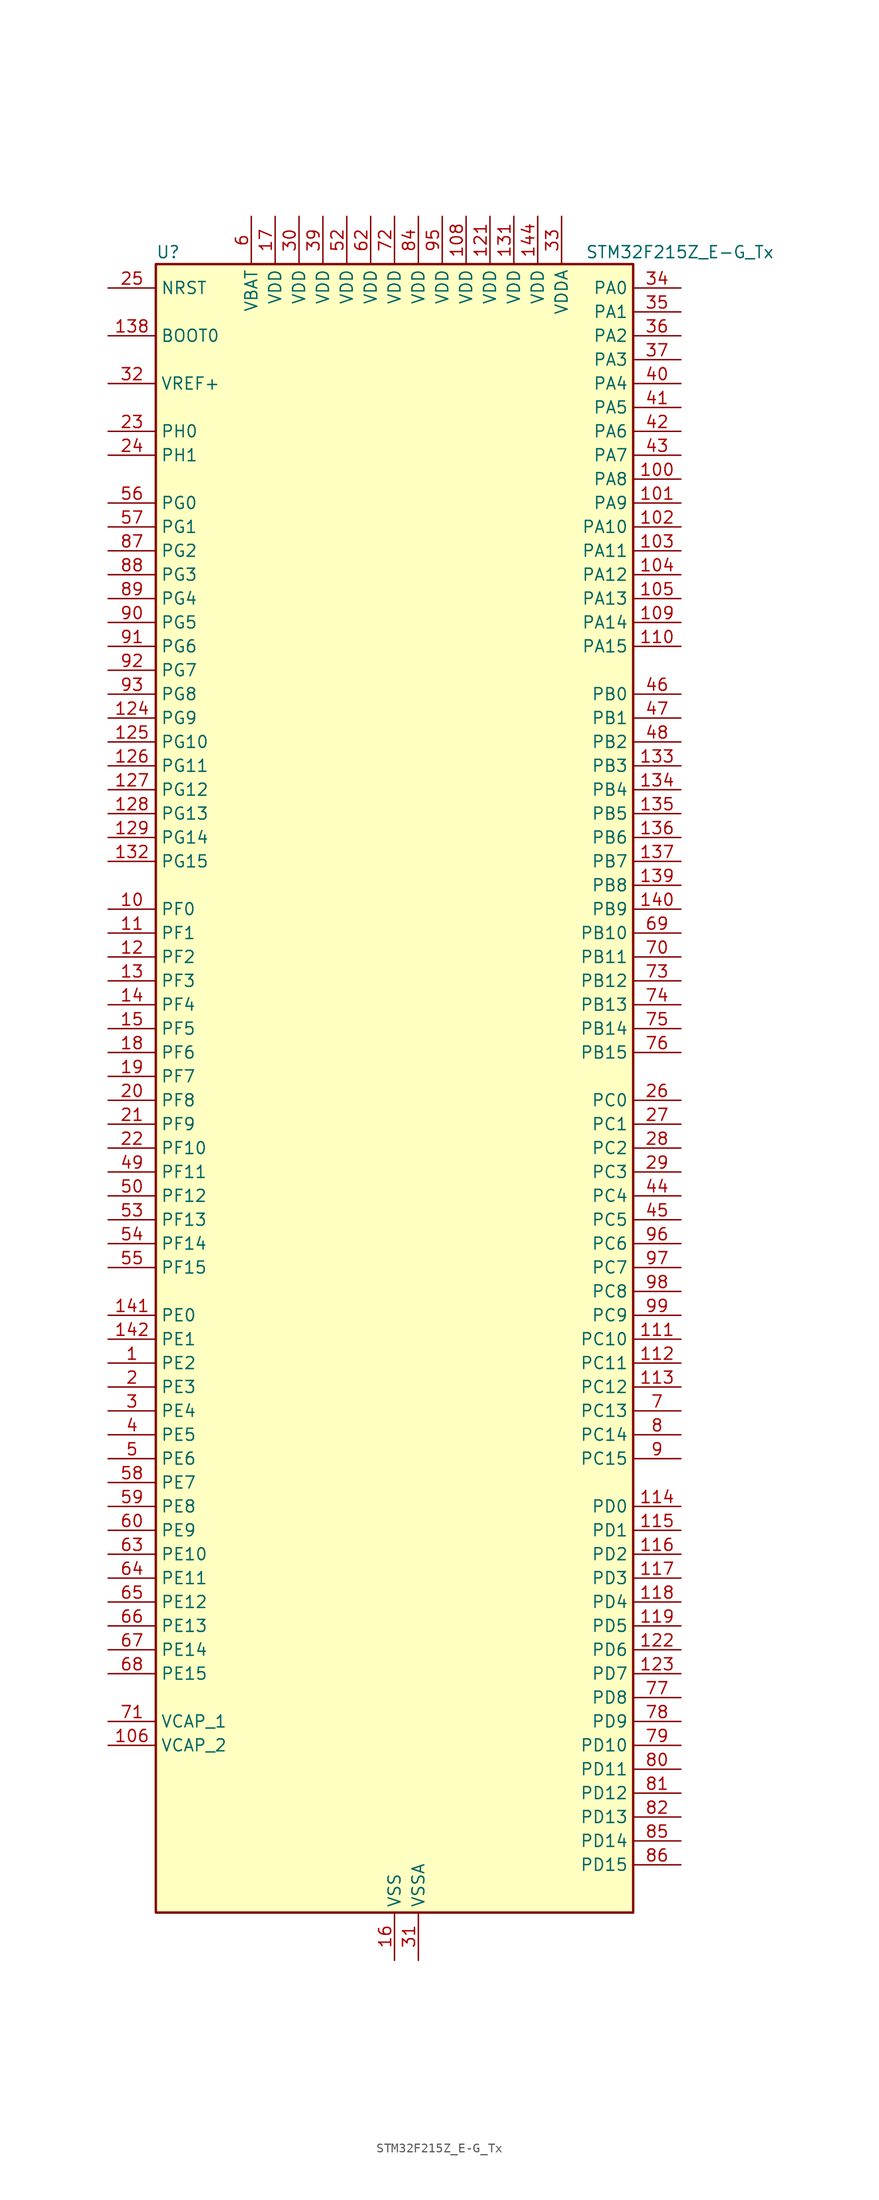
<source format=kicad_sym>
(kicad_symbol_lib
  (version 20220914)
  (generator kicad_symbol_editor)
  (symbol "STM32F215Z_E-G_Tx"
    (property "Reference" "U"
      (at -25.4 90.17 0)
      (effects (font (size 1.27 1.27)) (justify left)))
    (property "Value" "STM32F215Z_E-G_Tx"
      (at 20.32 90.17 0)
      (effects (font (size 1.27 1.27)) (justify left)))
    (property "ki_locked" ""
      (at 0 0 0)
      (effects (font (size 1.27 1.27))))
    (symbol "STM32F215Z_E-G_Tx_0_1"
      (rectangle (start -25.4 -86.36) (end 25.4 88.9) (stroke (width 0.254) (type default)) (fill (type background))))
    (symbol "STM32F215Z_E-G_Tx_1_1"
      (pin bidirectional line (at -30.48 -27.94 0) (length 5.08) (name "PE2" (effects (font (size 1.27 1.27)))) (number "1" (effects (font (size 1.27 1.27)))) (alternate "FSMC_A23" bidirectional line) (alternate "SYS_TRACECLK" bidirectional line))
      (pin bidirectional line (at -30.48 20.32 0) (length 5.08) (name "PF0" (effects (font (size 1.27 1.27)))) (number "10" (effects (font (size 1.27 1.27)))) (alternate "FSMC_A0" bidirectional line) (alternate "I2C2_SDA" bidirectional line))
      (pin bidirectional line (at 30.48 66.04 180) (length 5.08) (name "PA8" (effects (font (size 1.27 1.27)))) (number "100" (effects (font (size 1.27 1.27)))) (alternate "I2C3_SCL" bidirectional line) (alternate "RCC_MCO_1" bidirectional line) (alternate "TIM1_CH1" bidirectional line) (alternate "USART1_CK" bidirectional line) (alternate "USB_OTG_FS_SOF" bidirectional line))
      (pin bidirectional line (at 30.48 63.5 180) (length 5.08) (name "PA9" (effects (font (size 1.27 1.27)))) (number "101" (effects (font (size 1.27 1.27)))) (alternate "DAC_EXTI9" bidirectional line) (alternate "I2C3_SMBA" bidirectional line) (alternate "TIM1_CH2" bidirectional line) (alternate "USART1_TX" bidirectional line) (alternate "USB_OTG_FS_VBUS" bidirectional line))
      (pin bidirectional line (at 30.48 60.96 180) (length 5.08) (name "PA10" (effects (font (size 1.27 1.27)))) (number "102" (effects (font (size 1.27 1.27)))) (alternate "TIM1_CH3" bidirectional line) (alternate "USART1_RX" bidirectional line) (alternate "USB_OTG_FS_ID" bidirectional line))
      (pin bidirectional line (at 30.48 58.42 180) (length 5.08) (name "PA11" (effects (font (size 1.27 1.27)))) (number "103" (effects (font (size 1.27 1.27)))) (alternate "ADC1_EXTI11" bidirectional line) (alternate "ADC2_EXTI11" bidirectional line) (alternate "ADC3_EXTI11" bidirectional line) (alternate "CAN1_RX" bidirectional line) (alternate "TIM1_CH4" bidirectional line) (alternate "USART1_CTS" bidirectional line) (alternate "USB_OTG_FS_DM" bidirectional line))
      (pin bidirectional line (at 30.48 55.88 180) (length 5.08) (name "PA12" (effects (font (size 1.27 1.27)))) (number "104" (effects (font (size 1.27 1.27)))) (alternate "CAN1_TX" bidirectional line) (alternate "TIM1_ETR" bidirectional line) (alternate "USART1_RTS" bidirectional line) (alternate "USB_OTG_FS_DP" bidirectional line))
      (pin bidirectional line (at 30.48 53.34 180) (length 5.08) (name "PA13" (effects (font (size 1.27 1.27)))) (number "105" (effects (font (size 1.27 1.27)))) (alternate "SYS_JTMS-SWDIO" bidirectional line))
      (pin power_out line (at -30.48 -68.58 0) (length 5.08) (name "VCAP_2" (effects (font (size 1.27 1.27)))) (number "106" (effects (font (size 1.27 1.27)))))
      (pin passive line (at 0 -91.44 90) (length 5.08) hide (name "VSS" (effects (font (size 1.27 1.27)))) (number "107" (effects (font (size 1.27 1.27)))))
      (pin power_in line (at 7.62 93.98 270) (length 5.08) (name "VDD" (effects (font (size 1.27 1.27)))) (number "108" (effects (font (size 1.27 1.27)))))
      (pin bidirectional line (at 30.48 50.8 180) (length 5.08) (name "PA14" (effects (font (size 1.27 1.27)))) (number "109" (effects (font (size 1.27 1.27)))) (alternate "SYS_JTCK-SWCLK" bidirectional line))
      (pin bidirectional line (at -30.48 17.78 0) (length 5.08) (name "PF1" (effects (font (size 1.27 1.27)))) (number "11" (effects (font (size 1.27 1.27)))) (alternate "FSMC_A1" bidirectional line) (alternate "I2C2_SCL" bidirectional line))
      (pin bidirectional line (at 30.48 48.26 180) (length 5.08) (name "PA15" (effects (font (size 1.27 1.27)))) (number "110" (effects (font (size 1.27 1.27)))) (alternate "ADC1_EXTI15" bidirectional line) (alternate "ADC2_EXTI15" bidirectional line) (alternate "ADC3_EXTI15" bidirectional line) (alternate "I2S3_WS" bidirectional line) (alternate "SPI1_NSS" bidirectional line) (alternate "SPI3_NSS" bidirectional line) (alternate "SYS_JTDI" bidirectional line) (alternate "TIM2_CH1" bidirectional line) (alternate "TIM2_ETR" bidirectional line))
      (pin bidirectional line (at 30.48 -25.4 180) (length 5.08) (name "PC10" (effects (font (size 1.27 1.27)))) (number "111" (effects (font (size 1.27 1.27)))) (alternate "I2S3_SCK" bidirectional line) (alternate "SDIO_D2" bidirectional line) (alternate "SPI3_SCK" bidirectional line) (alternate "UART4_TX" bidirectional line) (alternate "USART3_TX" bidirectional line))
      (pin bidirectional line (at 30.48 -27.94 180) (length 5.08) (name "PC11" (effects (font (size 1.27 1.27)))) (number "112" (effects (font (size 1.27 1.27)))) (alternate "ADC1_EXTI11" bidirectional line) (alternate "ADC2_EXTI11" bidirectional line) (alternate "ADC3_EXTI11" bidirectional line) (alternate "SDIO_D3" bidirectional line) (alternate "SPI3_MISO" bidirectional line) (alternate "UART4_RX" bidirectional line) (alternate "USART3_RX" bidirectional line))
      (pin bidirectional line (at 30.48 -30.48 180) (length 5.08) (name "PC12" (effects (font (size 1.27 1.27)))) (number "113" (effects (font (size 1.27 1.27)))) (alternate "I2S3_SD" bidirectional line) (alternate "SDIO_CK" bidirectional line) (alternate "SPI3_MOSI" bidirectional line) (alternate "UART5_TX" bidirectional line) (alternate "USART3_CK" bidirectional line))
      (pin bidirectional line (at 30.48 -43.18 180) (length 5.08) (name "PD0" (effects (font (size 1.27 1.27)))) (number "114" (effects (font (size 1.27 1.27)))) (alternate "CAN1_RX" bidirectional line) (alternate "FSMC_D2" bidirectional line) (alternate "FSMC_DA2" bidirectional line))
      (pin bidirectional line (at 30.48 -45.72 180) (length 5.08) (name "PD1" (effects (font (size 1.27 1.27)))) (number "115" (effects (font (size 1.27 1.27)))) (alternate "CAN1_TX" bidirectional line) (alternate "FSMC_D3" bidirectional line) (alternate "FSMC_DA3" bidirectional line))
      (pin bidirectional line (at 30.48 -48.26 180) (length 5.08) (name "PD2" (effects (font (size 1.27 1.27)))) (number "116" (effects (font (size 1.27 1.27)))) (alternate "SDIO_CMD" bidirectional line) (alternate "TIM3_ETR" bidirectional line) (alternate "UART5_RX" bidirectional line))
      (pin bidirectional line (at 30.48 -50.8 180) (length 5.08) (name "PD3" (effects (font (size 1.27 1.27)))) (number "117" (effects (font (size 1.27 1.27)))) (alternate "FSMC_CLK" bidirectional line) (alternate "USART2_CTS" bidirectional line))
      (pin bidirectional line (at 30.48 -53.34 180) (length 5.08) (name "PD4" (effects (font (size 1.27 1.27)))) (number "118" (effects (font (size 1.27 1.27)))) (alternate "FSMC_NOE" bidirectional line) (alternate "USART2_RTS" bidirectional line))
      (pin bidirectional line (at 30.48 -55.88 180) (length 5.08) (name "PD5" (effects (font (size 1.27 1.27)))) (number "119" (effects (font (size 1.27 1.27)))) (alternate "FSMC_NWE" bidirectional line) (alternate "USART2_TX" bidirectional line))
      (pin bidirectional line (at -30.48 15.24 0) (length 5.08) (name "PF2" (effects (font (size 1.27 1.27)))) (number "12" (effects (font (size 1.27 1.27)))) (alternate "FSMC_A2" bidirectional line) (alternate "I2C2_SMBA" bidirectional line))
      (pin passive line (at 0 -91.44 90) (length 5.08) hide (name "VSS" (effects (font (size 1.27 1.27)))) (number "120" (effects (font (size 1.27 1.27)))))
      (pin power_in line (at 10.16 93.98 270) (length 5.08) (name "VDD" (effects (font (size 1.27 1.27)))) (number "121" (effects (font (size 1.27 1.27)))))
      (pin bidirectional line (at 30.48 -58.42 180) (length 5.08) (name "PD6" (effects (font (size 1.27 1.27)))) (number "122" (effects (font (size 1.27 1.27)))) (alternate "FSMC_NWAIT" bidirectional line) (alternate "USART2_RX" bidirectional line))
      (pin bidirectional line (at 30.48 -60.96 180) (length 5.08) (name "PD7" (effects (font (size 1.27 1.27)))) (number "123" (effects (font (size 1.27 1.27)))) (alternate "FSMC_NCE2" bidirectional line) (alternate "FSMC_NE1" bidirectional line) (alternate "USART2_CK" bidirectional line))
      (pin bidirectional line (at -30.48 40.64 0) (length 5.08) (name "PG9" (effects (font (size 1.27 1.27)))) (number "124" (effects (font (size 1.27 1.27)))) (alternate "DAC_EXTI9" bidirectional line) (alternate "FSMC_NCE3" bidirectional line) (alternate "FSMC_NE2" bidirectional line) (alternate "USART6_RX" bidirectional line))
      (pin bidirectional line (at -30.48 38.1 0) (length 5.08) (name "PG10" (effects (font (size 1.27 1.27)))) (number "125" (effects (font (size 1.27 1.27)))) (alternate "FSMC_NCE4_1" bidirectional line) (alternate "FSMC_NE3" bidirectional line))
      (pin bidirectional line (at -30.48 35.56 0) (length 5.08) (name "PG11" (effects (font (size 1.27 1.27)))) (number "126" (effects (font (size 1.27 1.27)))) (alternate "ADC1_EXTI11" bidirectional line) (alternate "ADC2_EXTI11" bidirectional line) (alternate "ADC3_EXTI11" bidirectional line) (alternate "FSMC_NCE4_2" bidirectional line))
      (pin bidirectional line (at -30.48 33.02 0) (length 5.08) (name "PG12" (effects (font (size 1.27 1.27)))) (number "127" (effects (font (size 1.27 1.27)))) (alternate "FSMC_NE4" bidirectional line) (alternate "USART6_RTS" bidirectional line))
      (pin bidirectional line (at -30.48 30.48 0) (length 5.08) (name "PG13" (effects (font (size 1.27 1.27)))) (number "128" (effects (font (size 1.27 1.27)))) (alternate "FSMC_A24" bidirectional line) (alternate "USART6_CTS" bidirectional line))
      (pin bidirectional line (at -30.48 27.94 0) (length 5.08) (name "PG14" (effects (font (size 1.27 1.27)))) (number "129" (effects (font (size 1.27 1.27)))) (alternate "FSMC_A25" bidirectional line) (alternate "USART6_TX" bidirectional line))
      (pin bidirectional line (at -30.48 12.7 0) (length 5.08) (name "PF3" (effects (font (size 1.27 1.27)))) (number "13" (effects (font (size 1.27 1.27)))) (alternate "ADC3_IN9" bidirectional line) (alternate "FSMC_A3" bidirectional line))
      (pin passive line (at 0 -91.44 90) (length 5.08) hide (name "VSS" (effects (font (size 1.27 1.27)))) (number "130" (effects (font (size 1.27 1.27)))))
      (pin power_in line (at 12.7 93.98 270) (length 5.08) (name "VDD" (effects (font (size 1.27 1.27)))) (number "131" (effects (font (size 1.27 1.27)))))
      (pin bidirectional line (at -30.48 25.4 0) (length 5.08) (name "PG15" (effects (font (size 1.27 1.27)))) (number "132" (effects (font (size 1.27 1.27)))) (alternate "ADC1_EXTI15" bidirectional line) (alternate "ADC2_EXTI15" bidirectional line) (alternate "ADC3_EXTI15" bidirectional line) (alternate "USART6_CTS" bidirectional line))
      (pin bidirectional line (at 30.48 35.56 180) (length 5.08) (name "PB3" (effects (font (size 1.27 1.27)))) (number "133" (effects (font (size 1.27 1.27)))) (alternate "I2S3_SCK" bidirectional line) (alternate "SPI1_SCK" bidirectional line) (alternate "SPI3_SCK" bidirectional line) (alternate "SYS_JTDO-SWO" bidirectional line) (alternate "TIM2_CH2" bidirectional line))
      (pin bidirectional line (at 30.48 33.02 180) (length 5.08) (name "PB4" (effects (font (size 1.27 1.27)))) (number "134" (effects (font (size 1.27 1.27)))) (alternate "SPI1_MISO" bidirectional line) (alternate "SPI3_MISO" bidirectional line) (alternate "SYS_JTRST" bidirectional line) (alternate "TIM3_CH1" bidirectional line))
      (pin bidirectional line (at 30.48 30.48 180) (length 5.08) (name "PB5" (effects (font (size 1.27 1.27)))) (number "135" (effects (font (size 1.27 1.27)))) (alternate "CAN2_RX" bidirectional line) (alternate "I2C1_SMBA" bidirectional line) (alternate "I2S3_SD" bidirectional line) (alternate "SPI1_MOSI" bidirectional line) (alternate "SPI3_MOSI" bidirectional line) (alternate "TIM3_CH2" bidirectional line) (alternate "USB_OTG_HS_ULPI_D7" bidirectional line))
      (pin bidirectional line (at 30.48 27.94 180) (length 5.08) (name "PB6" (effects (font (size 1.27 1.27)))) (number "136" (effects (font (size 1.27 1.27)))) (alternate "CAN2_TX" bidirectional line) (alternate "I2C1_SCL" bidirectional line) (alternate "TIM4_CH1" bidirectional line) (alternate "USART1_TX" bidirectional line))
      (pin bidirectional line (at 30.48 25.4 180) (length 5.08) (name "PB7" (effects (font (size 1.27 1.27)))) (number "137" (effects (font (size 1.27 1.27)))) (alternate "FSMC_NL" bidirectional line) (alternate "I2C1_SDA" bidirectional line) (alternate "TIM4_CH2" bidirectional line) (alternate "USART1_RX" bidirectional line))
      (pin input line (at -30.48 81.28 0) (length 5.08) (name "BOOT0" (effects (font (size 1.27 1.27)))) (number "138" (effects (font (size 1.27 1.27)))))
      (pin bidirectional line (at 30.48 22.86 180) (length 5.08) (name "PB8" (effects (font (size 1.27 1.27)))) (number "139" (effects (font (size 1.27 1.27)))) (alternate "CAN1_RX" bidirectional line) (alternate "I2C1_SCL" bidirectional line) (alternate "SDIO_D4" bidirectional line) (alternate "TIM10_CH1" bidirectional line) (alternate "TIM4_CH3" bidirectional line))
      (pin bidirectional line (at -30.48 10.16 0) (length 5.08) (name "PF4" (effects (font (size 1.27 1.27)))) (number "14" (effects (font (size 1.27 1.27)))) (alternate "ADC3_IN14" bidirectional line) (alternate "FSMC_A4" bidirectional line))
      (pin bidirectional line (at 30.48 20.32 180) (length 5.08) (name "PB9" (effects (font (size 1.27 1.27)))) (number "140" (effects (font (size 1.27 1.27)))) (alternate "CAN1_TX" bidirectional line) (alternate "DAC_EXTI9" bidirectional line) (alternate "I2C1_SDA" bidirectional line) (alternate "I2S2_WS" bidirectional line) (alternate "SDIO_D5" bidirectional line) (alternate "SPI2_NSS" bidirectional line) (alternate "TIM11_CH1" bidirectional line) (alternate "TIM4_CH4" bidirectional line))
      (pin bidirectional line (at -30.48 -22.86 0) (length 5.08) (name "PE0" (effects (font (size 1.27 1.27)))) (number "141" (effects (font (size 1.27 1.27)))) (alternate "FSMC_NBL0" bidirectional line) (alternate "TIM4_ETR" bidirectional line))
      (pin bidirectional line (at -30.48 -25.4 0) (length 5.08) (name "PE1" (effects (font (size 1.27 1.27)))) (number "142" (effects (font (size 1.27 1.27)))) (alternate "FSMC_NBL1" bidirectional line))
      (pin no_connect line (at -25.4 -86.36 0) (length 5.08) hide (name "RFU" (effects (font (size 1.27 1.27)))) (number "143" (effects (font (size 1.27 1.27)))))
      (pin power_in line (at 15.24 93.98 270) (length 5.08) (name "VDD" (effects (font (size 1.27 1.27)))) (number "144" (effects (font (size 1.27 1.27)))))
      (pin bidirectional line (at -30.48 7.62 0) (length 5.08) (name "PF5" (effects (font (size 1.27 1.27)))) (number "15" (effects (font (size 1.27 1.27)))) (alternate "ADC3_IN15" bidirectional line) (alternate "FSMC_A5" bidirectional line))
      (pin power_in line (at 0 -91.44 90) (length 5.08) (name "VSS" (effects (font (size 1.27 1.27)))) (number "16" (effects (font (size 1.27 1.27)))))
      (pin power_in line (at -12.7 93.98 270) (length 5.08) (name "VDD" (effects (font (size 1.27 1.27)))) (number "17" (effects (font (size 1.27 1.27)))))
      (pin bidirectional line (at -30.48 5.08 0) (length 5.08) (name "PF6" (effects (font (size 1.27 1.27)))) (number "18" (effects (font (size 1.27 1.27)))) (alternate "ADC3_IN4" bidirectional line) (alternate "FSMC_NIORD" bidirectional line) (alternate "TIM10_CH1" bidirectional line))
      (pin bidirectional line (at -30.48 2.54 0) (length 5.08) (name "PF7" (effects (font (size 1.27 1.27)))) (number "19" (effects (font (size 1.27 1.27)))) (alternate "ADC3_IN5" bidirectional line) (alternate "FSMC_NREG" bidirectional line) (alternate "TIM11_CH1" bidirectional line))
      (pin bidirectional line (at -30.48 -30.48 0) (length 5.08) (name "PE3" (effects (font (size 1.27 1.27)))) (number "2" (effects (font (size 1.27 1.27)))) (alternate "FSMC_A19" bidirectional line) (alternate "SYS_TRACED0" bidirectional line))
      (pin bidirectional line (at -30.48 0 0) (length 5.08) (name "PF8" (effects (font (size 1.27 1.27)))) (number "20" (effects (font (size 1.27 1.27)))) (alternate "ADC3_IN6" bidirectional line) (alternate "FSMC_NIOWR" bidirectional line) (alternate "TIM13_CH1" bidirectional line))
      (pin bidirectional line (at -30.48 -2.54 0) (length 5.08) (name "PF9" (effects (font (size 1.27 1.27)))) (number "21" (effects (font (size 1.27 1.27)))) (alternate "ADC3_IN7" bidirectional line) (alternate "DAC_EXTI9" bidirectional line) (alternate "FSMC_CD" bidirectional line) (alternate "TIM14_CH1" bidirectional line))
      (pin bidirectional line (at -30.48 -5.08 0) (length 5.08) (name "PF10" (effects (font (size 1.27 1.27)))) (number "22" (effects (font (size 1.27 1.27)))) (alternate "ADC3_IN8" bidirectional line) (alternate "FSMC_INTR" bidirectional line))
      (pin bidirectional line (at -30.48 71.12 0) (length 5.08) (name "PH0" (effects (font (size 1.27 1.27)))) (number "23" (effects (font (size 1.27 1.27)))) (alternate "RCC_OSC_IN" bidirectional line))
      (pin bidirectional line (at -30.48 68.58 0) (length 5.08) (name "PH1" (effects (font (size 1.27 1.27)))) (number "24" (effects (font (size 1.27 1.27)))) (alternate "RCC_OSC_OUT" bidirectional line))
      (pin input line (at -30.48 86.36 0) (length 5.08) (name "NRST" (effects (font (size 1.27 1.27)))) (number "25" (effects (font (size 1.27 1.27)))))
      (pin bidirectional line (at 30.48 0 180) (length 5.08) (name "PC0" (effects (font (size 1.27 1.27)))) (number "26" (effects (font (size 1.27 1.27)))) (alternate "ADC1_IN10" bidirectional line) (alternate "ADC2_IN10" bidirectional line) (alternate "ADC3_IN10" bidirectional line) (alternate "USB_OTG_HS_ULPI_STP" bidirectional line))
      (pin bidirectional line (at 30.48 -2.54 180) (length 5.08) (name "PC1" (effects (font (size 1.27 1.27)))) (number "27" (effects (font (size 1.27 1.27)))) (alternate "ADC1_IN11" bidirectional line) (alternate "ADC2_IN11" bidirectional line) (alternate "ADC3_IN11" bidirectional line))
      (pin bidirectional line (at 30.48 -5.08 180) (length 5.08) (name "PC2" (effects (font (size 1.27 1.27)))) (number "28" (effects (font (size 1.27 1.27)))) (alternate "ADC1_IN12" bidirectional line) (alternate "ADC2_IN12" bidirectional line) (alternate "ADC3_IN12" bidirectional line) (alternate "SPI2_MISO" bidirectional line) (alternate "USB_OTG_HS_ULPI_DIR" bidirectional line))
      (pin bidirectional line (at 30.48 -7.62 180) (length 5.08) (name "PC3" (effects (font (size 1.27 1.27)))) (number "29" (effects (font (size 1.27 1.27)))) (alternate "ADC1_IN13" bidirectional line) (alternate "ADC2_IN13" bidirectional line) (alternate "ADC3_IN13" bidirectional line) (alternate "I2S2_SD" bidirectional line) (alternate "SPI2_MOSI" bidirectional line) (alternate "USB_OTG_HS_ULPI_NXT" bidirectional line))
      (pin bidirectional line (at -30.48 -33.02 0) (length 5.08) (name "PE4" (effects (font (size 1.27 1.27)))) (number "3" (effects (font (size 1.27 1.27)))) (alternate "FSMC_A20" bidirectional line) (alternate "SYS_TRACED1" bidirectional line))
      (pin power_in line (at -10.16 93.98 270) (length 5.08) (name "VDD" (effects (font (size 1.27 1.27)))) (number "30" (effects (font (size 1.27 1.27)))))
      (pin power_in line (at 2.54 -91.44 90) (length 5.08) (name "VSSA" (effects (font (size 1.27 1.27)))) (number "31" (effects (font (size 1.27 1.27)))))
      (pin input line (at -30.48 76.2 0) (length 5.08) (name "VREF+" (effects (font (size 1.27 1.27)))) (number "32" (effects (font (size 1.27 1.27)))))
      (pin power_in line (at 17.78 93.98 270) (length 5.08) (name "VDDA" (effects (font (size 1.27 1.27)))) (number "33" (effects (font (size 1.27 1.27)))))
      (pin bidirectional line (at 30.48 86.36 180) (length 5.08) (name "PA0" (effects (font (size 1.27 1.27)))) (number "34" (effects (font (size 1.27 1.27)))) (alternate "ADC1_IN0" bidirectional line) (alternate "ADC2_IN0" bidirectional line) (alternate "ADC3_IN0" bidirectional line) (alternate "SYS_WKUP" bidirectional line) (alternate "TIM2_CH1" bidirectional line) (alternate "TIM2_ETR" bidirectional line) (alternate "TIM5_CH1" bidirectional line) (alternate "TIM8_ETR" bidirectional line) (alternate "UART4_TX" bidirectional line) (alternate "USART2_CTS" bidirectional line))
      (pin bidirectional line (at 30.48 83.82 180) (length 5.08) (name "PA1" (effects (font (size 1.27 1.27)))) (number "35" (effects (font (size 1.27 1.27)))) (alternate "ADC1_IN1" bidirectional line) (alternate "ADC2_IN1" bidirectional line) (alternate "ADC3_IN1" bidirectional line) (alternate "TIM2_CH2" bidirectional line) (alternate "TIM5_CH2" bidirectional line) (alternate "UART4_RX" bidirectional line) (alternate "USART2_RTS" bidirectional line))
      (pin bidirectional line (at 30.48 81.28 180) (length 5.08) (name "PA2" (effects (font (size 1.27 1.27)))) (number "36" (effects (font (size 1.27 1.27)))) (alternate "ADC1_IN2" bidirectional line) (alternate "ADC2_IN2" bidirectional line) (alternate "ADC3_IN2" bidirectional line) (alternate "TIM2_CH3" bidirectional line) (alternate "TIM5_CH3" bidirectional line) (alternate "TIM9_CH1" bidirectional line) (alternate "USART2_TX" bidirectional line))
      (pin bidirectional line (at 30.48 78.74 180) (length 5.08) (name "PA3" (effects (font (size 1.27 1.27)))) (number "37" (effects (font (size 1.27 1.27)))) (alternate "ADC1_IN3" bidirectional line) (alternate "ADC2_IN3" bidirectional line) (alternate "ADC3_IN3" bidirectional line) (alternate "TIM2_CH4" bidirectional line) (alternate "TIM5_CH4" bidirectional line) (alternate "TIM9_CH2" bidirectional line) (alternate "USART2_RX" bidirectional line) (alternate "USB_OTG_HS_ULPI_D0" bidirectional line))
      (pin passive line (at 0 -91.44 90) (length 5.08) hide (name "VSS" (effects (font (size 1.27 1.27)))) (number "38" (effects (font (size 1.27 1.27)))))
      (pin power_in line (at -7.62 93.98 270) (length 5.08) (name "VDD" (effects (font (size 1.27 1.27)))) (number "39" (effects (font (size 1.27 1.27)))))
      (pin bidirectional line (at -30.48 -35.56 0) (length 5.08) (name "PE5" (effects (font (size 1.27 1.27)))) (number "4" (effects (font (size 1.27 1.27)))) (alternate "FSMC_A21" bidirectional line) (alternate "SYS_TRACED2" bidirectional line) (alternate "TIM9_CH1" bidirectional line))
      (pin bidirectional line (at 30.48 76.2 180) (length 5.08) (name "PA4" (effects (font (size 1.27 1.27)))) (number "40" (effects (font (size 1.27 1.27)))) (alternate "ADC1_IN4" bidirectional line) (alternate "ADC2_IN4" bidirectional line) (alternate "DAC_OUT1" bidirectional line) (alternate "I2S3_WS" bidirectional line) (alternate "SPI1_NSS" bidirectional line) (alternate "SPI3_NSS" bidirectional line) (alternate "USART2_CK" bidirectional line) (alternate "USB_OTG_HS_SOF" bidirectional line))
      (pin bidirectional line (at 30.48 73.66 180) (length 5.08) (name "PA5" (effects (font (size 1.27 1.27)))) (number "41" (effects (font (size 1.27 1.27)))) (alternate "ADC1_IN5" bidirectional line) (alternate "ADC2_IN5" bidirectional line) (alternate "DAC_OUT2" bidirectional line) (alternate "SPI1_SCK" bidirectional line) (alternate "TIM2_CH1" bidirectional line) (alternate "TIM2_ETR" bidirectional line) (alternate "TIM8_CH1N" bidirectional line) (alternate "USB_OTG_HS_ULPI_CK" bidirectional line))
      (pin bidirectional line (at 30.48 71.12 180) (length 5.08) (name "PA6" (effects (font (size 1.27 1.27)))) (number "42" (effects (font (size 1.27 1.27)))) (alternate "ADC1_IN6" bidirectional line) (alternate "ADC2_IN6" bidirectional line) (alternate "SPI1_MISO" bidirectional line) (alternate "TIM13_CH1" bidirectional line) (alternate "TIM1_BKIN" bidirectional line) (alternate "TIM3_CH1" bidirectional line) (alternate "TIM8_BKIN" bidirectional line))
      (pin bidirectional line (at 30.48 68.58 180) (length 5.08) (name "PA7" (effects (font (size 1.27 1.27)))) (number "43" (effects (font (size 1.27 1.27)))) (alternate "ADC1_IN7" bidirectional line) (alternate "ADC2_IN7" bidirectional line) (alternate "SPI1_MOSI" bidirectional line) (alternate "TIM14_CH1" bidirectional line) (alternate "TIM1_CH1N" bidirectional line) (alternate "TIM3_CH2" bidirectional line) (alternate "TIM8_CH1N" bidirectional line))
      (pin bidirectional line (at 30.48 -10.16 180) (length 5.08) (name "PC4" (effects (font (size 1.27 1.27)))) (number "44" (effects (font (size 1.27 1.27)))) (alternate "ADC1_IN14" bidirectional line) (alternate "ADC2_IN14" bidirectional line))
      (pin bidirectional line (at 30.48 -12.7 180) (length 5.08) (name "PC5" (effects (font (size 1.27 1.27)))) (number "45" (effects (font (size 1.27 1.27)))) (alternate "ADC1_IN15" bidirectional line) (alternate "ADC2_IN15" bidirectional line))
      (pin bidirectional line (at 30.48 43.18 180) (length 5.08) (name "PB0" (effects (font (size 1.27 1.27)))) (number "46" (effects (font (size 1.27 1.27)))) (alternate "ADC1_IN8" bidirectional line) (alternate "ADC2_IN8" bidirectional line) (alternate "TIM1_CH2N" bidirectional line) (alternate "TIM3_CH3" bidirectional line) (alternate "TIM8_CH2N" bidirectional line) (alternate "USB_OTG_HS_ULPI_D1" bidirectional line))
      (pin bidirectional line (at 30.48 40.64 180) (length 5.08) (name "PB1" (effects (font (size 1.27 1.27)))) (number "47" (effects (font (size 1.27 1.27)))) (alternate "ADC1_IN9" bidirectional line) (alternate "ADC2_IN9" bidirectional line) (alternate "TIM1_CH3N" bidirectional line) (alternate "TIM3_CH4" bidirectional line) (alternate "TIM8_CH3N" bidirectional line) (alternate "USB_OTG_HS_ULPI_D2" bidirectional line))
      (pin bidirectional line (at 30.48 38.1 180) (length 5.08) (name "PB2" (effects (font (size 1.27 1.27)))) (number "48" (effects (font (size 1.27 1.27)))))
      (pin bidirectional line (at -30.48 -7.62 0) (length 5.08) (name "PF11" (effects (font (size 1.27 1.27)))) (number "49" (effects (font (size 1.27 1.27)))) (alternate "ADC1_EXTI11" bidirectional line) (alternate "ADC2_EXTI11" bidirectional line) (alternate "ADC3_EXTI11" bidirectional line))
      (pin bidirectional line (at -30.48 -38.1 0) (length 5.08) (name "PE6" (effects (font (size 1.27 1.27)))) (number "5" (effects (font (size 1.27 1.27)))) (alternate "FSMC_A22" bidirectional line) (alternate "SYS_TRACED3" bidirectional line) (alternate "TIM9_CH2" bidirectional line))
      (pin bidirectional line (at -30.48 -10.16 0) (length 5.08) (name "PF12" (effects (font (size 1.27 1.27)))) (number "50" (effects (font (size 1.27 1.27)))) (alternate "FSMC_A6" bidirectional line))
      (pin passive line (at 0 -91.44 90) (length 5.08) hide (name "VSS" (effects (font (size 1.27 1.27)))) (number "51" (effects (font (size 1.27 1.27)))))
      (pin power_in line (at -5.08 93.98 270) (length 5.08) (name "VDD" (effects (font (size 1.27 1.27)))) (number "52" (effects (font (size 1.27 1.27)))))
      (pin bidirectional line (at -30.48 -12.7 0) (length 5.08) (name "PF13" (effects (font (size 1.27 1.27)))) (number "53" (effects (font (size 1.27 1.27)))) (alternate "FSMC_A7" bidirectional line))
      (pin bidirectional line (at -30.48 -15.24 0) (length 5.08) (name "PF14" (effects (font (size 1.27 1.27)))) (number "54" (effects (font (size 1.27 1.27)))) (alternate "FSMC_A8" bidirectional line))
      (pin bidirectional line (at -30.48 -17.78 0) (length 5.08) (name "PF15" (effects (font (size 1.27 1.27)))) (number "55" (effects (font (size 1.27 1.27)))) (alternate "ADC1_EXTI15" bidirectional line) (alternate "ADC2_EXTI15" bidirectional line) (alternate "ADC3_EXTI15" bidirectional line) (alternate "FSMC_A9" bidirectional line))
      (pin bidirectional line (at -30.48 63.5 0) (length 5.08) (name "PG0" (effects (font (size 1.27 1.27)))) (number "56" (effects (font (size 1.27 1.27)))) (alternate "FSMC_A10" bidirectional line))
      (pin bidirectional line (at -30.48 60.96 0) (length 5.08) (name "PG1" (effects (font (size 1.27 1.27)))) (number "57" (effects (font (size 1.27 1.27)))) (alternate "FSMC_A11" bidirectional line))
      (pin bidirectional line (at -30.48 -40.64 0) (length 5.08) (name "PE7" (effects (font (size 1.27 1.27)))) (number "58" (effects (font (size 1.27 1.27)))) (alternate "FSMC_D4" bidirectional line) (alternate "FSMC_DA4" bidirectional line) (alternate "TIM1_ETR" bidirectional line))
      (pin bidirectional line (at -30.48 -43.18 0) (length 5.08) (name "PE8" (effects (font (size 1.27 1.27)))) (number "59" (effects (font (size 1.27 1.27)))) (alternate "FSMC_D5" bidirectional line) (alternate "FSMC_DA5" bidirectional line) (alternate "TIM1_CH1N" bidirectional line))
      (pin power_in line (at -15.24 93.98 270) (length 5.08) (name "VBAT" (effects (font (size 1.27 1.27)))) (number "6" (effects (font (size 1.27 1.27)))))
      (pin bidirectional line (at -30.48 -45.72 0) (length 5.08) (name "PE9" (effects (font (size 1.27 1.27)))) (number "60" (effects (font (size 1.27 1.27)))) (alternate "DAC_EXTI9" bidirectional line) (alternate "FSMC_D6" bidirectional line) (alternate "FSMC_DA6" bidirectional line) (alternate "TIM1_CH1" bidirectional line))
      (pin passive line (at 0 -91.44 90) (length 5.08) hide (name "VSS" (effects (font (size 1.27 1.27)))) (number "61" (effects (font (size 1.27 1.27)))))
      (pin power_in line (at -2.54 93.98 270) (length 5.08) (name "VDD" (effects (font (size 1.27 1.27)))) (number "62" (effects (font (size 1.27 1.27)))))
      (pin bidirectional line (at -30.48 -48.26 0) (length 5.08) (name "PE10" (effects (font (size 1.27 1.27)))) (number "63" (effects (font (size 1.27 1.27)))) (alternate "FSMC_D7" bidirectional line) (alternate "FSMC_DA7" bidirectional line) (alternate "TIM1_CH2N" bidirectional line))
      (pin bidirectional line (at -30.48 -50.8 0) (length 5.08) (name "PE11" (effects (font (size 1.27 1.27)))) (number "64" (effects (font (size 1.27 1.27)))) (alternate "ADC1_EXTI11" bidirectional line) (alternate "ADC2_EXTI11" bidirectional line) (alternate "ADC3_EXTI11" bidirectional line) (alternate "FSMC_D8" bidirectional line) (alternate "FSMC_DA8" bidirectional line) (alternate "TIM1_CH2" bidirectional line))
      (pin bidirectional line (at -30.48 -53.34 0) (length 5.08) (name "PE12" (effects (font (size 1.27 1.27)))) (number "65" (effects (font (size 1.27 1.27)))) (alternate "FSMC_D9" bidirectional line) (alternate "FSMC_DA9" bidirectional line) (alternate "TIM1_CH3N" bidirectional line))
      (pin bidirectional line (at -30.48 -55.88 0) (length 5.08) (name "PE13" (effects (font (size 1.27 1.27)))) (number "66" (effects (font (size 1.27 1.27)))) (alternate "FSMC_D10" bidirectional line) (alternate "FSMC_DA10" bidirectional line) (alternate "TIM1_CH3" bidirectional line))
      (pin bidirectional line (at -30.48 -58.42 0) (length 5.08) (name "PE14" (effects (font (size 1.27 1.27)))) (number "67" (effects (font (size 1.27 1.27)))) (alternate "FSMC_D11" bidirectional line) (alternate "FSMC_DA11" bidirectional line) (alternate "TIM1_CH4" bidirectional line))
      (pin bidirectional line (at -30.48 -60.96 0) (length 5.08) (name "PE15" (effects (font (size 1.27 1.27)))) (number "68" (effects (font (size 1.27 1.27)))) (alternate "ADC1_EXTI15" bidirectional line) (alternate "ADC2_EXTI15" bidirectional line) (alternate "ADC3_EXTI15" bidirectional line) (alternate "FSMC_D12" bidirectional line) (alternate "FSMC_DA12" bidirectional line) (alternate "TIM1_BKIN" bidirectional line))
      (pin bidirectional line (at 30.48 17.78 180) (length 5.08) (name "PB10" (effects (font (size 1.27 1.27)))) (number "69" (effects (font (size 1.27 1.27)))) (alternate "I2C2_SCL" bidirectional line) (alternate "I2S2_SCK" bidirectional line) (alternate "SPI2_SCK" bidirectional line) (alternate "TIM2_CH3" bidirectional line) (alternate "USART3_TX" bidirectional line) (alternate "USB_OTG_HS_ULPI_D3" bidirectional line))
      (pin bidirectional line (at 30.48 -33.02 180) (length 5.08) (name "PC13" (effects (font (size 1.27 1.27)))) (number "7" (effects (font (size 1.27 1.27)))) (alternate "RTC_AF1" bidirectional line))
      (pin bidirectional line (at 30.48 15.24 180) (length 5.08) (name "PB11" (effects (font (size 1.27 1.27)))) (number "70" (effects (font (size 1.27 1.27)))) (alternate "ADC1_EXTI11" bidirectional line) (alternate "ADC2_EXTI11" bidirectional line) (alternate "ADC3_EXTI11" bidirectional line) (alternate "I2C2_SDA" bidirectional line) (alternate "TIM2_CH4" bidirectional line) (alternate "USART3_RX" bidirectional line) (alternate "USB_OTG_HS_ULPI_D4" bidirectional line))
      (pin power_out line (at -30.48 -66.04 0) (length 5.08) (name "VCAP_1" (effects (font (size 1.27 1.27)))) (number "71" (effects (font (size 1.27 1.27)))))
      (pin power_in line (at 0 93.98 270) (length 5.08) (name "VDD" (effects (font (size 1.27 1.27)))) (number "72" (effects (font (size 1.27 1.27)))))
      (pin bidirectional line (at 30.48 12.7 180) (length 5.08) (name "PB12" (effects (font (size 1.27 1.27)))) (number "73" (effects (font (size 1.27 1.27)))) (alternate "CAN2_RX" bidirectional line) (alternate "I2C2_SMBA" bidirectional line) (alternate "I2S2_WS" bidirectional line) (alternate "SPI2_NSS" bidirectional line) (alternate "TIM1_BKIN" bidirectional line) (alternate "USART3_CK" bidirectional line) (alternate "USB_OTG_HS_ID" bidirectional line) (alternate "USB_OTG_HS_ULPI_D5" bidirectional line))
      (pin bidirectional line (at 30.48 10.16 180) (length 5.08) (name "PB13" (effects (font (size 1.27 1.27)))) (number "74" (effects (font (size 1.27 1.27)))) (alternate "CAN2_TX" bidirectional line) (alternate "I2S2_SCK" bidirectional line) (alternate "SPI2_SCK" bidirectional line) (alternate "TIM1_CH1N" bidirectional line) (alternate "USART3_CTS" bidirectional line) (alternate "USB_OTG_HS_ULPI_D6" bidirectional line) (alternate "USB_OTG_HS_VBUS" bidirectional line))
      (pin bidirectional line (at 30.48 7.62 180) (length 5.08) (name "PB14" (effects (font (size 1.27 1.27)))) (number "75" (effects (font (size 1.27 1.27)))) (alternate "SPI2_MISO" bidirectional line) (alternate "TIM12_CH1" bidirectional line) (alternate "TIM1_CH2N" bidirectional line) (alternate "TIM8_CH2N" bidirectional line) (alternate "USART3_RTS" bidirectional line) (alternate "USB_OTG_HS_DM" bidirectional line))
      (pin bidirectional line (at 30.48 5.08 180) (length 5.08) (name "PB15" (effects (font (size 1.27 1.27)))) (number "76" (effects (font (size 1.27 1.27)))) (alternate "ADC1_EXTI15" bidirectional line) (alternate "ADC2_EXTI15" bidirectional line) (alternate "ADC3_EXTI15" bidirectional line) (alternate "I2S2_SD" bidirectional line) (alternate "RTC_REFIN" bidirectional line) (alternate "SPI2_MOSI" bidirectional line) (alternate "TIM12_CH2" bidirectional line) (alternate "TIM1_CH3N" bidirectional line) (alternate "TIM8_CH3N" bidirectional line) (alternate "USB_OTG_HS_DP" bidirectional line))
      (pin bidirectional line (at 30.48 -63.5 180) (length 5.08) (name "PD8" (effects (font (size 1.27 1.27)))) (number "77" (effects (font (size 1.27 1.27)))) (alternate "FSMC_D13" bidirectional line) (alternate "FSMC_DA13" bidirectional line) (alternate "USART3_TX" bidirectional line))
      (pin bidirectional line (at 30.48 -66.04 180) (length 5.08) (name "PD9" (effects (font (size 1.27 1.27)))) (number "78" (effects (font (size 1.27 1.27)))) (alternate "DAC_EXTI9" bidirectional line) (alternate "FSMC_D14" bidirectional line) (alternate "FSMC_DA14" bidirectional line) (alternate "USART3_RX" bidirectional line))
      (pin bidirectional line (at 30.48 -68.58 180) (length 5.08) (name "PD10" (effects (font (size 1.27 1.27)))) (number "79" (effects (font (size 1.27 1.27)))) (alternate "FSMC_D15" bidirectional line) (alternate "FSMC_DA15" bidirectional line) (alternate "USART3_CK" bidirectional line))
      (pin bidirectional line (at 30.48 -35.56 180) (length 5.08) (name "PC14" (effects (font (size 1.27 1.27)))) (number "8" (effects (font (size 1.27 1.27)))) (alternate "RCC_OSC32_IN" bidirectional line))
      (pin bidirectional line (at 30.48 -71.12 180) (length 5.08) (name "PD11" (effects (font (size 1.27 1.27)))) (number "80" (effects (font (size 1.27 1.27)))) (alternate "ADC1_EXTI11" bidirectional line) (alternate "ADC2_EXTI11" bidirectional line) (alternate "ADC3_EXTI11" bidirectional line) (alternate "FSMC_A16" bidirectional line) (alternate "FSMC_CLE" bidirectional line) (alternate "USART3_CTS" bidirectional line))
      (pin bidirectional line (at 30.48 -73.66 180) (length 5.08) (name "PD12" (effects (font (size 1.27 1.27)))) (number "81" (effects (font (size 1.27 1.27)))) (alternate "FSMC_A17" bidirectional line) (alternate "FSMC_ALE" bidirectional line) (alternate "TIM4_CH1" bidirectional line) (alternate "USART3_RTS" bidirectional line))
      (pin bidirectional line (at 30.48 -76.2 180) (length 5.08) (name "PD13" (effects (font (size 1.27 1.27)))) (number "82" (effects (font (size 1.27 1.27)))) (alternate "FSMC_A18" bidirectional line) (alternate "TIM4_CH2" bidirectional line))
      (pin passive line (at 0 -91.44 90) (length 5.08) hide (name "VSS" (effects (font (size 1.27 1.27)))) (number "83" (effects (font (size 1.27 1.27)))))
      (pin power_in line (at 2.54 93.98 270) (length 5.08) (name "VDD" (effects (font (size 1.27 1.27)))) (number "84" (effects (font (size 1.27 1.27)))))
      (pin bidirectional line (at 30.48 -78.74 180) (length 5.08) (name "PD14" (effects (font (size 1.27 1.27)))) (number "85" (effects (font (size 1.27 1.27)))) (alternate "FSMC_D0" bidirectional line) (alternate "FSMC_DA0" bidirectional line) (alternate "TIM4_CH3" bidirectional line))
      (pin bidirectional line (at 30.48 -81.28 180) (length 5.08) (name "PD15" (effects (font (size 1.27 1.27)))) (number "86" (effects (font (size 1.27 1.27)))) (alternate "ADC1_EXTI15" bidirectional line) (alternate "ADC2_EXTI15" bidirectional line) (alternate "ADC3_EXTI15" bidirectional line) (alternate "FSMC_D1" bidirectional line) (alternate "FSMC_DA1" bidirectional line) (alternate "TIM4_CH4" bidirectional line))
      (pin bidirectional line (at -30.48 58.42 0) (length 5.08) (name "PG2" (effects (font (size 1.27 1.27)))) (number "87" (effects (font (size 1.27 1.27)))) (alternate "FSMC_A12" bidirectional line))
      (pin bidirectional line (at -30.48 55.88 0) (length 5.08) (name "PG3" (effects (font (size 1.27 1.27)))) (number "88" (effects (font (size 1.27 1.27)))) (alternate "FSMC_A13" bidirectional line))
      (pin bidirectional line (at -30.48 53.34 0) (length 5.08) (name "PG4" (effects (font (size 1.27 1.27)))) (number "89" (effects (font (size 1.27 1.27)))) (alternate "FSMC_A14" bidirectional line))
      (pin bidirectional line (at 30.48 -38.1 180) (length 5.08) (name "PC15" (effects (font (size 1.27 1.27)))) (number "9" (effects (font (size 1.27 1.27)))) (alternate "ADC1_EXTI15" bidirectional line) (alternate "ADC2_EXTI15" bidirectional line) (alternate "ADC3_EXTI15" bidirectional line) (alternate "RCC_OSC32_OUT" bidirectional line))
      (pin bidirectional line (at -30.48 50.8 0) (length 5.08) (name "PG5" (effects (font (size 1.27 1.27)))) (number "90" (effects (font (size 1.27 1.27)))) (alternate "FSMC_A15" bidirectional line))
      (pin bidirectional line (at -30.48 48.26 0) (length 5.08) (name "PG6" (effects (font (size 1.27 1.27)))) (number "91" (effects (font (size 1.27 1.27)))) (alternate "FSMC_INT2" bidirectional line))
      (pin bidirectional line (at -30.48 45.72 0) (length 5.08) (name "PG7" (effects (font (size 1.27 1.27)))) (number "92" (effects (font (size 1.27 1.27)))) (alternate "FSMC_INT3" bidirectional line) (alternate "USART6_CK" bidirectional line))
      (pin bidirectional line (at -30.48 43.18 0) (length 5.08) (name "PG8" (effects (font (size 1.27 1.27)))) (number "93" (effects (font (size 1.27 1.27)))) (alternate "USART6_RTS" bidirectional line))
      (pin passive line (at 0 -91.44 90) (length 5.08) hide (name "VSS" (effects (font (size 1.27 1.27)))) (number "94" (effects (font (size 1.27 1.27)))))
      (pin power_in line (at 5.08 93.98 270) (length 5.08) (name "VDD" (effects (font (size 1.27 1.27)))) (number "95" (effects (font (size 1.27 1.27)))))
      (pin bidirectional line (at 30.48 -15.24 180) (length 5.08) (name "PC6" (effects (font (size 1.27 1.27)))) (number "96" (effects (font (size 1.27 1.27)))) (alternate "I2S2_MCK" bidirectional line) (alternate "SDIO_D6" bidirectional line) (alternate "TIM3_CH1" bidirectional line) (alternate "TIM8_CH1" bidirectional line) (alternate "USART6_TX" bidirectional line))
      (pin bidirectional line (at 30.48 -17.78 180) (length 5.08) (name "PC7" (effects (font (size 1.27 1.27)))) (number "97" (effects (font (size 1.27 1.27)))) (alternate "I2S3_MCK" bidirectional line) (alternate "SDIO_D7" bidirectional line) (alternate "TIM3_CH2" bidirectional line) (alternate "TIM8_CH2" bidirectional line) (alternate "USART6_RX" bidirectional line))
      (pin bidirectional line (at 30.48 -20.32 180) (length 5.08) (name "PC8" (effects (font (size 1.27 1.27)))) (number "98" (effects (font (size 1.27 1.27)))) (alternate "SDIO_D0" bidirectional line) (alternate "TIM3_CH3" bidirectional line) (alternate "TIM8_CH3" bidirectional line) (alternate "USART6_CK" bidirectional line))
      (pin bidirectional line (at 30.48 -22.86 180) (length 5.08) (name "PC9" (effects (font (size 1.27 1.27)))) (number "99" (effects (font (size 1.27 1.27)))) (alternate "DAC_EXTI9" bidirectional line) (alternate "I2C3_SDA" bidirectional line) (alternate "I2S_CKIN" bidirectional line) (alternate "RCC_MCO_2" bidirectional line) (alternate "SDIO_D1" bidirectional line) (alternate "TIM3_CH4" bidirectional line) (alternate "TIM8_CH4" bidirectional line)))))
</source>
